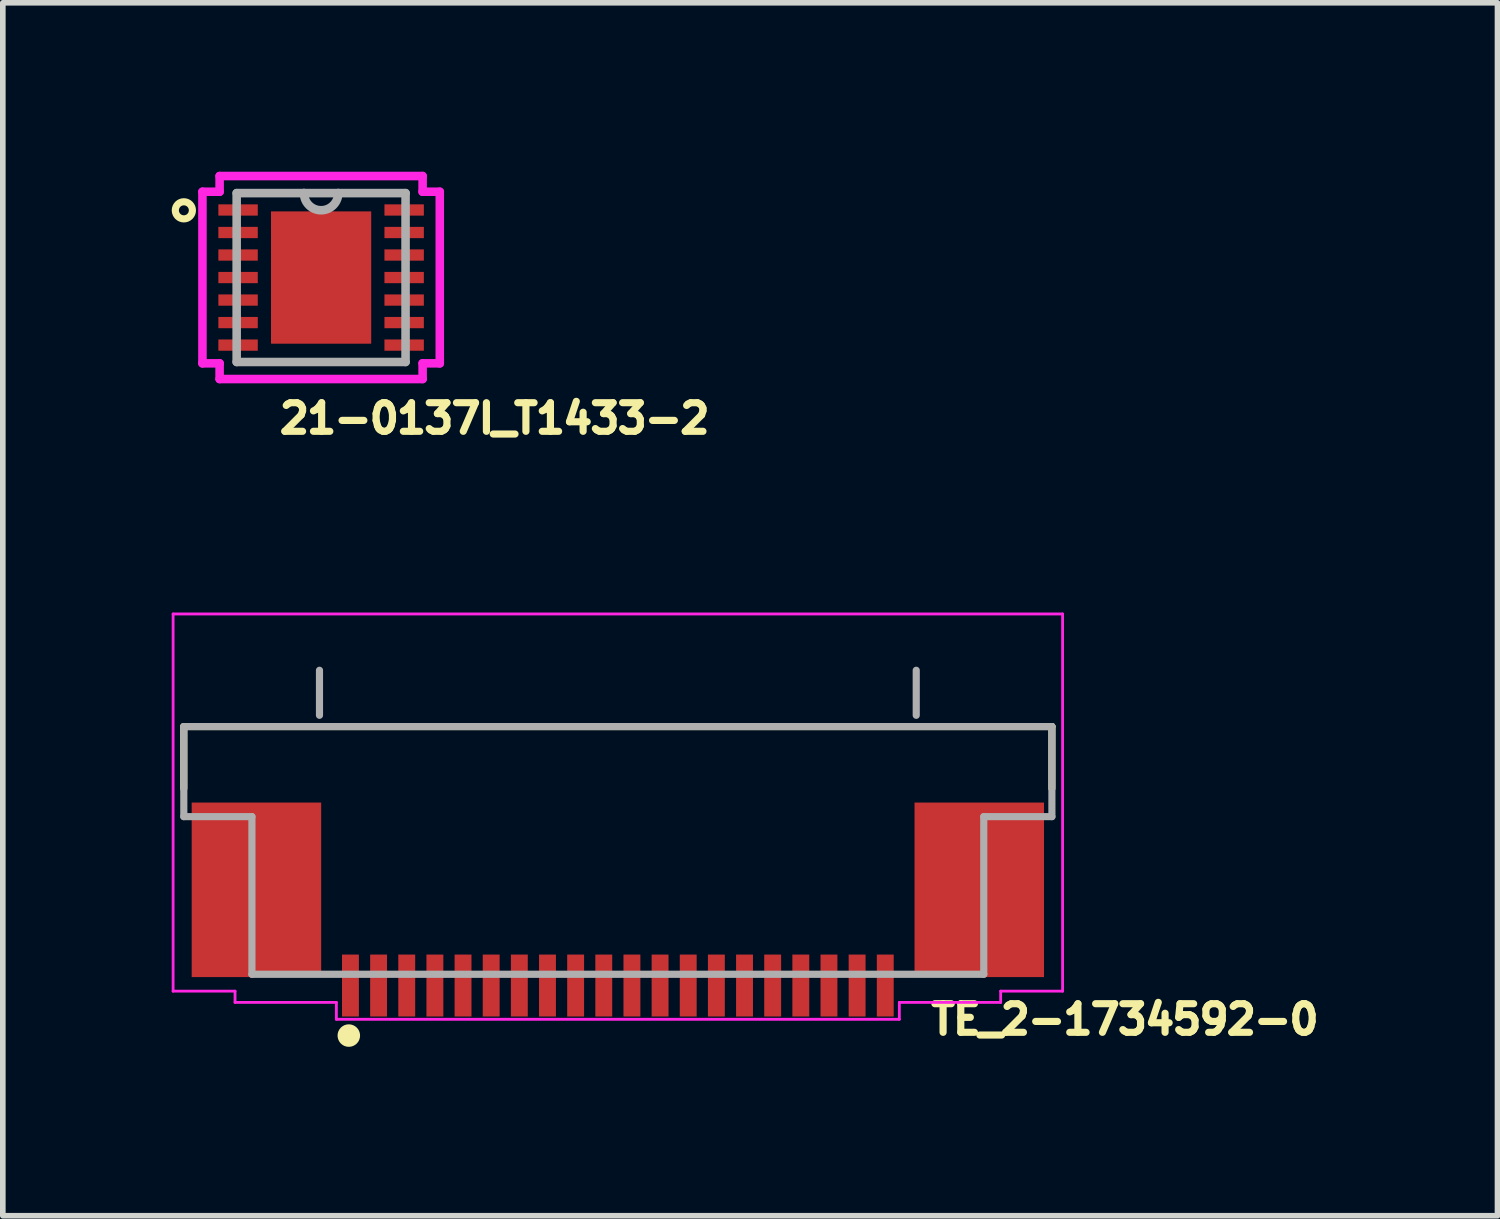
<source format=kicad_pcb>
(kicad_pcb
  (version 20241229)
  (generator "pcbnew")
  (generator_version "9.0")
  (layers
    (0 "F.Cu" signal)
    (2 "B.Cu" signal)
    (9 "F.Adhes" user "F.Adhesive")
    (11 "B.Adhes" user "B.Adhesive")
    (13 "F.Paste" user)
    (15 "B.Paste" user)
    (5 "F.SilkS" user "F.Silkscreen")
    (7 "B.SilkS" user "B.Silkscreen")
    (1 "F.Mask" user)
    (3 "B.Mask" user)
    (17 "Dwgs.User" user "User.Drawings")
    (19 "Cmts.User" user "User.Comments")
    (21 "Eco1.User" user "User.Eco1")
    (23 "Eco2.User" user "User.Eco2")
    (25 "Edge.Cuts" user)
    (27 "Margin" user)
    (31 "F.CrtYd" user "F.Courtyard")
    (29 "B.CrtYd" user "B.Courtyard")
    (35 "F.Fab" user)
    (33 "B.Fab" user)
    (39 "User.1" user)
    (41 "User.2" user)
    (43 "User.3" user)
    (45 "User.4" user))
  (footprint "21-0137I_T1433-2"
    (layer "F.Cu")
    (at 2.654 1.88)
    (property "Reference" "21-0137I_T1433-2" (at -0.8 2.8 0) (layer "F.SilkS") (effects (font (size 0.508 0.508) (thickness 0.127)) (justify left bottom)))
    (fp_circle (center -2.438 -1.194) (end -2.286 -1.194) (stroke (width 0.127) (type solid)) (fill no) (layer "F.SilkS"))
    (fp_poly (pts (xy -0.7 -0.2) (xy -0.2 -0.2) (xy -0.2 -0.9) (xy -0.7 -0.9)) (stroke (width 0) (type solid)) (fill yes) (layer "F.Paste"))
    (fp_poly (pts (xy -0.7 0.9) (xy -0.2 0.9) (xy -0.2 0.2) (xy -0.7 0.2)) (stroke (width 0) (type solid)) (fill yes) (layer "F.Paste"))
    (fp_poly (pts (xy 0.2 -0.2) (xy 0.7 -0.2) (xy 0.7 -0.9) (xy 0.2 -0.9)) (stroke (width 0) (type solid)) (fill yes) (layer "F.Paste"))
    (fp_poly (pts (xy 0.2 0.9) (xy 0.7 0.9) (xy 0.7 0.2) (xy 0.2 0.2)) (stroke (width 0) (type solid)) (fill yes) (layer "F.Paste"))
    (fp_line (start -2.108 1.524) (end -2.108 -1.524) (stroke (width 0.152) (type solid)) (layer "F.CrtYd"))
    (fp_line (start -2.108 1.524) (end -1.803 1.524) (stroke (width 0.152) (type solid)) (layer "F.CrtYd"))
    (fp_line (start -1.803 -1.803) (end 1.803 -1.803) (stroke (width 0.152) (type solid)) (layer "F.CrtYd"))
    (fp_line (start -1.803 -1.524) (end -2.108 -1.524) (stroke (width 0.152) (type solid)) (layer "F.CrtYd"))
    (fp_line (start -1.803 -1.524) (end -1.803 -1.803) (stroke (width 0.152) (type solid)) (layer "F.CrtYd"))
    (fp_line (start -1.803 1.803) (end -1.803 1.524) (stroke (width 0.152) (type solid)) (layer "F.CrtYd"))
    (fp_line (start 1.803 -1.803) (end 1.803 -1.524) (stroke (width 0.152) (type solid)) (layer "F.CrtYd"))
    (fp_line (start 1.803 1.524) (end 1.803 1.803) (stroke (width 0.152) (type solid)) (layer "F.CrtYd"))
    (fp_line (start 1.803 1.803) (end -1.803 1.803) (stroke (width 0.152) (type solid)) (layer "F.CrtYd"))
    (fp_line (start 2.108 -1.524) (end 1.803 -1.524) (stroke (width 0.152) (type solid)) (layer "F.CrtYd"))
    (fp_line (start 2.108 -1.524) (end 2.108 1.524) (stroke (width 0.152) (type solid)) (layer "F.CrtYd"))
    (fp_line (start 2.108 1.524) (end 1.803 1.524) (stroke (width 0.152) (type solid)) (layer "F.CrtYd"))
    (fp_line (start -1.5 -1.5) (end -1.5 1.5) (stroke (width 0.152) (type solid)) (layer "F.Fab"))
    (fp_line (start -1.5 1.5) (end 1.5 1.5) (stroke (width 0.152) (type solid)) (layer "F.Fab"))
    (fp_line (start -0.305 -1.5) (end -1.5 -1.5) (stroke (width 0.152) (type solid)) (layer "F.Fab"))
    (fp_line (start 0.305 -1.5) (end -0.305 -1.5) (stroke (width 0.152) (type solid)) (layer "F.Fab"))
    (fp_line (start 1.5 -1.5) (end 0.305 -1.5) (stroke (width 0.152) (type solid)) (layer "F.Fab"))
    (fp_line (start 1.5 1.5) (end 1.5 -1.5) (stroke (width 0.152) (type solid)) (layer "F.Fab"))
    (fp_arc (start 0.3048 -1.5) (mid 0 -1.1952) (end -0.3048 -1.5) (stroke (width 0.1524) (type solid)) (layer "F.Fab"))
    (pad "1" smd rect (at -1.475 -1.2) (size 0.7 0.2) (layers "F.Cu" "F.Mask" "F.Paste"))
    (pad "2" smd rect (at -1.475 -0.8) (size 0.7 0.2) (layers "F.Cu" "F.Mask" "F.Paste"))
    (pad "3" smd rect (at -1.475 -0.4) (size 0.7 0.2) (layers "F.Cu" "F.Mask" "F.Paste"))
    (pad "4" smd rect (at -1.475 0) (size 0.7 0.2) (layers "F.Cu" "F.Mask" "F.Paste"))
    (pad "5" smd rect (at -1.475 0.4) (size 0.7 0.2) (layers "F.Cu" "F.Mask" "F.Paste"))
    (pad "6" smd rect (at -1.475 0.8) (size 0.7 0.2) (layers "F.Cu" "F.Mask" "F.Paste"))
    (pad "7" smd rect (at -1.475 1.2) (size 0.7 0.2) (layers "F.Cu" "F.Mask" "F.Paste"))
    (pad "8" smd rect (at 1.475 1.2) (size 0.7 0.2) (layers "F.Cu" "F.Mask" "F.Paste"))
    (pad "9" smd rect (at 1.475 0.8) (size 0.7 0.2) (layers "F.Cu" "F.Mask" "F.Paste"))
    (pad "10" smd rect (at 1.475 0.4) (size 0.7 0.2) (layers "F.Cu" "F.Mask" "F.Paste"))
    (pad "11" smd rect (at 1.475 0) (size 0.7 0.2) (layers "F.Cu" "F.Mask" "F.Paste"))
    (pad "12" smd rect (at 1.475 -0.4) (size 0.7 0.2) (layers "F.Cu" "F.Mask" "F.Paste"))
    (pad "13" smd rect (at 1.475 -0.8) (size 0.7 0.2) (layers "F.Cu" "F.Mask" "F.Paste"))
    (pad "14" smd rect (at 1.475 -1.2) (size 0.7 0.2) (layers "F.Cu" "F.Mask" "F.Paste"))
    (pad "EP" smd rect (at 0 0) (size 1.78 2.35) (layers "F.Cu" "F.Mask")))
  (footprint "TE_2-1734592-0"
    (layer "F.Cu")
    (at 7.925 12.756)
    (property "Reference" "TE_2-1734592-0" (at 5.5 2.6 0) (layer "F.SilkS") (effects (font (size 0.508 0.508) (thickness 0.127)) (justify left bottom)))
    (fp_line (start -7.71 -2.9) (end -7.71 -1.8) (stroke (width 0.127) (type solid)) (layer "F.SilkS"))
    (fp_line (start 7.71 -2.9) (end -7.71 -2.9) (stroke (width 0.127) (type solid)) (layer "F.SilkS"))
    (fp_line (start 7.71 -1.8) (end 7.71 -2.9) (stroke (width 0.127) (type solid)) (layer "F.SilkS"))
    (fp_circle (center -4.779 2.589) (end -4.679 2.589) (stroke (width 0.2) (type solid)) (fill no) (layer "F.SilkS"))
    (fp_poly (pts (xy -7.2 1.1) (xy -5.6 1.1) (xy -5.6 -1.1) (xy -7.2 -1.1)) (stroke (width 0) (type solid)) (fill yes) (layer "F.Paste"))
    (fp_poly (pts (xy 5.7 1.1) (xy 7.3 1.1) (xy 7.3 -1.1) (xy 5.7 -1.1)) (stroke (width 0) (type solid)) (fill yes) (layer "F.Paste"))
    (fp_line (start -7.9 -4.9) (end -7.9 1.8) (stroke (width 0.05) (type solid)) (layer "F.CrtYd"))
    (fp_line (start -6.8 1.8) (end -7.9 1.8) (stroke (width 0.05) (type solid)) (layer "F.CrtYd"))
    (fp_line (start -6.8 2) (end -6.8 1.8) (stroke (width 0.05) (type solid)) (layer "F.CrtYd"))
    (fp_line (start -5 2) (end -6.8 2) (stroke (width 0.05) (type solid)) (layer "F.CrtYd"))
    (fp_line (start -5 2.3) (end -5 2) (stroke (width 0.05) (type solid)) (layer "F.CrtYd"))
    (fp_line (start -5 2.3) (end 5 2.3) (stroke (width 0.05) (type solid)) (layer "F.CrtYd"))
    (fp_line (start 5 2) (end 5 2.3) (stroke (width 0.05) (type solid)) (layer "F.CrtYd"))
    (fp_line (start 6.8 1.8) (end 6.8 2) (stroke (width 0.05) (type solid)) (layer "F.CrtYd"))
    (fp_line (start 6.8 2) (end 5 2) (stroke (width 0.05) (type solid)) (layer "F.CrtYd"))
    (fp_line (start 7.9 -4.9) (end -7.9 -4.9) (stroke (width 0.05) (type solid)) (layer "F.CrtYd"))
    (fp_line (start 7.9 1.8) (end 6.8 1.8) (stroke (width 0.05) (type solid)) (layer "F.CrtYd"))
    (fp_line (start 7.9 1.8) (end 7.9 -4.9) (stroke (width 0.05) (type solid)) (layer "F.CrtYd"))
    (fp_line (start -7.71 -1.3) (end -7.71 -2.9) (stroke (width 0.127) (type solid)) (layer "F.Fab"))
    (fp_line (start -6.5 -1.3) (end -7.71 -1.3) (stroke (width 0.127) (type solid)) (layer "F.Fab"))
    (fp_line (start -6.5 1.5) (end -6.5 -1.3) (stroke (width 0.127) (type solid)) (layer "F.Fab"))
    (fp_line (start -5.3 -3.1) (end -5.3 -3.9) (stroke (width 0.127) (type solid)) (layer "F.Fab"))
    (fp_line (start 5.3 -3.1) (end 5.3 -3.9) (stroke (width 0.127) (type solid)) (layer "F.Fab"))
    (fp_line (start 6.5 -1.3) (end 7.71 -1.3) (stroke (width 0.127) (type solid)) (layer "F.Fab"))
    (fp_line (start 6.5 1.5) (end -6.5 1.5) (stroke (width 0.127) (type solid)) (layer "F.Fab"))
    (fp_line (start 6.5 1.5) (end 6.5 -1.3) (stroke (width 0.127) (type solid)) (layer "F.Fab"))
    (fp_line (start 7.71 -2.9) (end -7.71 -2.9) (stroke (width 0.127) (type solid)) (layer "F.Fab"))
    (fp_line (start 7.71 -1.3) (end 7.71 -2.9) (stroke (width 0.127) (type solid)) (layer "F.Fab"))
    (pad "1" smd rect (at -4.75 1.7 90) (size 1.1 0.3) (layers "F.Cu" "F.Mask" "F.Paste"))
    (pad "2" smd rect (at -4.25 1.7 90) (size 1.1 0.3) (layers "F.Cu" "F.Mask" "F.Paste"))
    (pad "3" smd rect (at -3.75 1.7 90) (size 1.1 0.3) (layers "F.Cu" "F.Mask" "F.Paste"))
    (pad "4" smd rect (at -3.25 1.7 90) (size 1.1 0.3) (layers "F.Cu" "F.Mask" "F.Paste"))
    (pad "5" smd rect (at -2.75 1.7 90) (size 1.1 0.3) (layers "F.Cu" "F.Mask" "F.Paste"))
    (pad "6" smd rect (at -2.25 1.7 90) (size 1.1 0.3) (layers "F.Cu" "F.Mask" "F.Paste"))
    (pad "7" smd rect (at -1.75 1.7 90) (size 1.1 0.3) (layers "F.Cu" "F.Mask" "F.Paste"))
    (pad "8" smd rect (at -1.25 1.7 90) (size 1.1 0.3) (layers "F.Cu" "F.Mask" "F.Paste"))
    (pad "9" smd rect (at -0.75 1.7 90) (size 1.1 0.3) (layers "F.Cu" "F.Mask" "F.Paste"))
    (pad "10" smd rect (at -0.25 1.7 90) (size 1.1 0.3) (layers "F.Cu" "F.Mask" "F.Paste"))
    (pad "11" smd rect (at 0.25 1.7 90) (size 1.1 0.3) (layers "F.Cu" "F.Mask" "F.Paste"))
    (pad "12" smd rect (at 0.75 1.7 90) (size 1.1 0.3) (layers "F.Cu" "F.Mask" "F.Paste"))
    (pad "13" smd rect (at 1.25 1.7 90) (size 1.1 0.3) (layers "F.Cu" "F.Mask" "F.Paste"))
    (pad "14" smd rect (at 1.75 1.7 90) (size 1.1 0.3) (layers "F.Cu" "F.Mask" "F.Paste"))
    (pad "15" smd rect (at 2.25 1.7 90) (size 1.1 0.3) (layers "F.Cu" "F.Mask" "F.Paste"))
    (pad "16" smd rect (at 2.75 1.7 90) (size 1.1 0.3) (layers "F.Cu" "F.Mask" "F.Paste"))
    (pad "17" smd rect (at 3.25 1.7 90) (size 1.1 0.3) (layers "F.Cu" "F.Mask" "F.Paste"))
    (pad "18" smd rect (at 3.75 1.7 90) (size 1.1 0.3) (layers "F.Cu" "F.Mask" "F.Paste"))
    (pad "19" smd rect (at 4.25 1.7 90) (size 1.1 0.3) (layers "F.Cu" "F.Mask" "F.Paste"))
    (pad "20" smd rect (at 4.75 1.7 90) (size 1.1 0.3) (layers "F.Cu" "F.Mask" "F.Paste"))
    (pad "PAD1" smd rect (at 6.42 0 180) (size 2.3 3.1) (layers "F.Cu" "F.Mask"))
    (pad "PAD2" smd rect (at -6.42 0 180) (size 2.3 3.1) (layers "F.Cu" "F.Mask")))
  (gr_rect
    (start -3 -3)
    (end 23.55 18.545)
    (stroke (width 0.1) (type default))
    (fill no)
    (layer "Edge.Cuts")))
</source>
